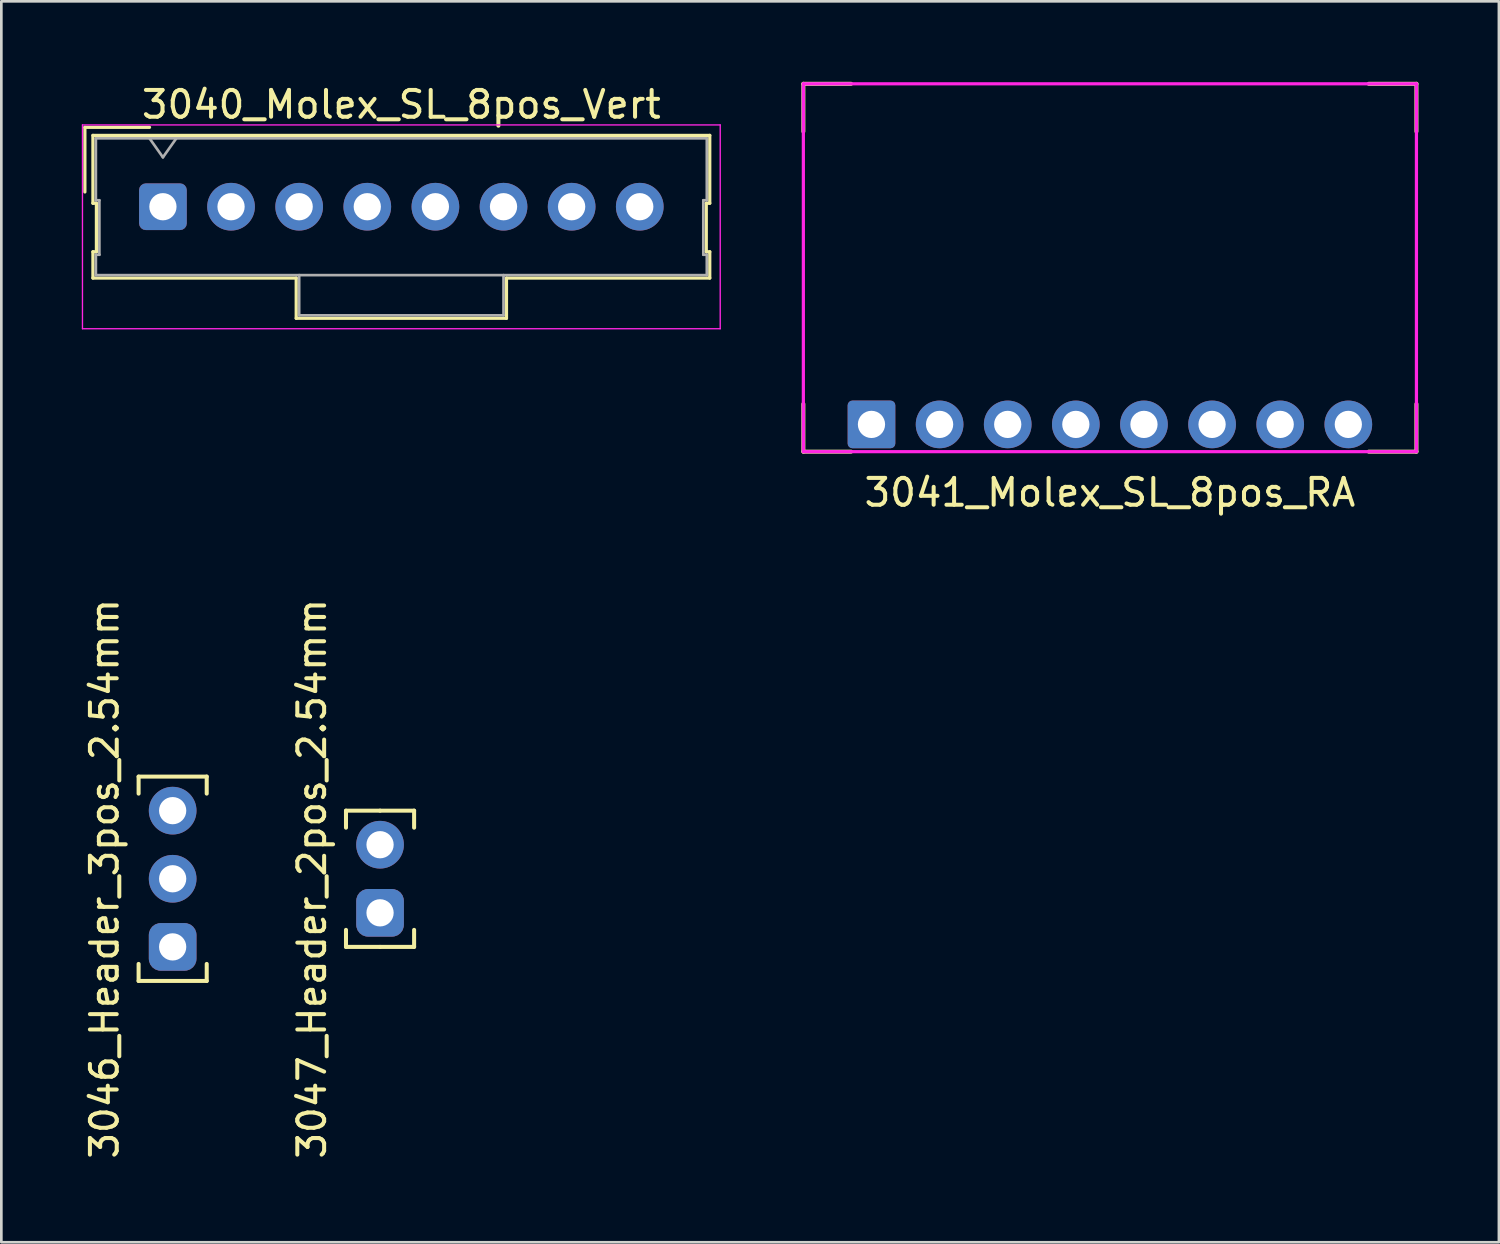
<source format=kicad_pcb>
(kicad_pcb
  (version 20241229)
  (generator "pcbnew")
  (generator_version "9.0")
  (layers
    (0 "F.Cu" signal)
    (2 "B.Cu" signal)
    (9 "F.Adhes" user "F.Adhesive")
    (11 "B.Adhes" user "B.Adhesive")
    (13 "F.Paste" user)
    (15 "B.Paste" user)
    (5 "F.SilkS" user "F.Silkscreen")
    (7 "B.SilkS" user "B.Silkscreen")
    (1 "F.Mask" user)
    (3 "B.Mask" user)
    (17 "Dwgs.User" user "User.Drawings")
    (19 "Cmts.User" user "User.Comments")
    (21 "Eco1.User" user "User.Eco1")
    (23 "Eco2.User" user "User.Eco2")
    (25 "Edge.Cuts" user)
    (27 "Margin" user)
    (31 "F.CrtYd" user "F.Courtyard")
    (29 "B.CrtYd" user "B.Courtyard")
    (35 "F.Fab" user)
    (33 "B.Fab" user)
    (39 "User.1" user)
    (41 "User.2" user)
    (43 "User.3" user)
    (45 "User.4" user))
  (footprint "3040_Molex_SL_8pos_Vert"
    (layer "F.Cu")
    (at 3.025 4.658)
    (property "Reference" "3040_Molex_SL_8pos_Vert" (at 8.89 -3.81 0) (layer "F.SilkS") (effects (font (size 1 1) (thickness 0.15))))
    (attr through_hole)
    (fp_line (start -2.91 -2.96) (end -0.5 -2.96) (stroke (width 0.12) (type solid)) (layer "F.SilkS"))
    (fp_line (start -2.91 -0.55) (end -2.91 -2.96) (stroke (width 0.12) (type solid)) (layer "F.SilkS"))
    (fp_line (start -2.61 -2.66) (end -2.61 -0.13) (stroke (width 0.12) (type solid)) (layer "F.SilkS"))
    (fp_line (start -2.61 -0.13) (end -2.48 -0.13) (stroke (width 0.12) (type solid)) (layer "F.SilkS"))
    (fp_line (start -2.61 1.68) (end -2.61 2.66) (stroke (width 0.12) (type solid)) (layer "F.SilkS"))
    (fp_line (start -2.61 2.66) (end 4.97 2.66) (stroke (width 0.12) (type solid)) (layer "F.SilkS"))
    (fp_line (start -2.48 -0.13) (end -2.48 1.68) (stroke (width 0.12) (type solid)) (layer "F.SilkS"))
    (fp_line (start -2.48 1.68) (end -2.61 1.68) (stroke (width 0.12) (type solid)) (layer "F.SilkS"))
    (fp_line (start 4.97 2.66) (end 4.97 4.16) (stroke (width 0.12) (type solid)) (layer "F.SilkS"))
    (fp_line (start 4.97 4.16) (end 12.81 4.16) (stroke (width 0.12) (type solid)) (layer "F.SilkS"))
    (fp_line (start 12.81 2.66) (end 20.39 2.66) (stroke (width 0.12) (type solid)) (layer "F.SilkS"))
    (fp_line (start 12.81 4.16) (end 12.81 2.66) (stroke (width 0.12) (type solid)) (layer "F.SilkS"))
    (fp_line (start 20.26 -0.13) (end 20.39 -0.13) (stroke (width 0.12) (type solid)) (layer "F.SilkS"))
    (fp_line (start 20.26 1.68) (end 20.26 -0.13) (stroke (width 0.12) (type solid)) (layer "F.SilkS"))
    (fp_line (start 20.39 -2.66) (end -2.61 -2.66) (stroke (width 0.12) (type solid)) (layer "F.SilkS"))
    (fp_line (start 20.39 -0.13) (end 20.39 -2.66) (stroke (width 0.12) (type solid)) (layer "F.SilkS"))
    (fp_line (start 20.39 1.68) (end 20.26 1.68) (stroke (width 0.12) (type solid)) (layer "F.SilkS"))
    (fp_line (start 20.39 2.66) (end 20.39 1.68) (stroke (width 0.12) (type solid)) (layer "F.SilkS"))
    (fp_line (start -3 -3.05) (end -3 4.55) (stroke (width 0.05) (type solid)) (layer "F.CrtYd"))
    (fp_line (start -3 4.55) (end 20.78 4.55) (stroke (width 0.05) (type solid)) (layer "F.CrtYd"))
    (fp_line (start 20.78 -3.05) (end -3 -3.05) (stroke (width 0.05) (type solid)) (layer "F.CrtYd"))
    (fp_line (start 20.78 4.55) (end 20.78 -3.05) (stroke (width 0.05) (type solid)) (layer "F.CrtYd"))
    (fp_line (start -2.5 -2.55) (end -2.5 -0.24) (stroke (width 0.1) (type solid)) (layer "F.Fab"))
    (fp_line (start -2.5 -0.24) (end -2.37 -0.24) (stroke (width 0.1) (type solid)) (layer "F.Fab"))
    (fp_line (start -2.5 1.79) (end -2.5 2.55) (stroke (width 0.1) (type solid)) (layer "F.Fab"))
    (fp_line (start -2.5 2.55) (end 20.28 2.55) (stroke (width 0.1) (type solid)) (layer "F.Fab"))
    (fp_line (start -2.37 -0.24) (end -2.37 1.79) (stroke (width 0.1) (type solid)) (layer "F.Fab"))
    (fp_line (start -2.37 1.79) (end -2.5 1.79) (stroke (width 0.1) (type solid)) (layer "F.Fab"))
    (fp_line (start 0 -1.843) (end -0.5 -2.55) (stroke (width 0.1) (type solid)) (layer "F.Fab"))
    (fp_line (start 0.5 -2.55) (end 0 -1.843) (stroke (width 0.1) (type solid)) (layer "F.Fab"))
    (fp_line (start 5.08 2.55) (end 5.08 4.05) (stroke (width 0.1) (type solid)) (layer "F.Fab"))
    (fp_line (start 5.08 4.05) (end 12.7 4.05) (stroke (width 0.1) (type solid)) (layer "F.Fab"))
    (fp_line (start 12.7 4.05) (end 12.7 2.55) (stroke (width 0.1) (type solid)) (layer "F.Fab"))
    (fp_line (start 20.15 -0.24) (end 20.28 -0.24) (stroke (width 0.1) (type solid)) (layer "F.Fab"))
    (fp_line (start 20.15 1.79) (end 20.15 -0.24) (stroke (width 0.1) (type solid)) (layer "F.Fab"))
    (fp_line (start 20.28 -2.55) (end -2.5 -2.55) (stroke (width 0.1) (type solid)) (layer "F.Fab"))
    (fp_line (start 20.28 -0.24) (end 20.28 -2.55) (stroke (width 0.1) (type solid)) (layer "F.Fab"))
    (fp_line (start 20.28 1.79) (end 20.15 1.79) (stroke (width 0.1) (type solid)) (layer "F.Fab"))
    (fp_line (start 20.28 2.55) (end 20.28 1.79) (stroke (width 0.1) (type solid)) (layer "F.Fab"))
    (pad "1" thru_hole roundrect (at 0 0) (size 1.778 1.74) (drill 1.016) (layers "*.Cu" "*.Mask") (roundrect_rratio 0.144))
    (pad "2" thru_hole circle (at 2.54 0) (size 1.778 1.778) (drill 1.016) (layers "*.Cu" "*.Mask"))
    (pad "3" thru_hole circle (at 5.08 0) (size 1.778 1.778) (drill 1.016) (layers "*.Cu" "*.Mask"))
    (pad "4" thru_hole circle (at 7.62 0) (size 1.778 1.778) (drill 1.016) (layers "*.Cu" "*.Mask"))
    (pad "5" thru_hole circle (at 10.16 0) (size 1.778 1.778) (drill 1.016) (layers "*.Cu" "*.Mask"))
    (pad "6" thru_hole circle (at 12.7 0) (size 1.778 1.778) (drill 1.016) (layers "*.Cu" "*.Mask"))
    (pad "7" thru_hole circle (at 15.24 0) (size 1.778 1.778) (drill 1.016) (layers "*.Cu" "*.Mask"))
    (pad "8" thru_hole circle (at 17.78 0) (size 1.778 1.778) (drill 1.016) (layers "*.Cu" "*.Mask")))
  (footprint "3046_Header_3pos_2.54mm"
    (layer "F.Cu")
    (at 3.388 29.717)
    (property "Reference" "3046_Header_3pos_2.54mm" (at -2.54 0 90) (layer "F.SilkS") (effects (font (size 1 1) (thickness 0.15))))
    (attr through_hole)
    (fp_line (start -1.27 -3.81) (end -1.27 -3.175) (stroke (width 0.15) (type solid)) (layer "F.SilkS"))
    (fp_line (start -1.27 3.81) (end -1.27 3.175) (stroke (width 0.15) (type solid)) (layer "F.SilkS"))
    (fp_line (start 1.27 -3.81) (end -1.27 -3.81) (stroke (width 0.15) (type solid)) (layer "F.SilkS"))
    (fp_line (start 1.27 -3.175) (end 1.27 -3.81) (stroke (width 0.15) (type solid)) (layer "F.SilkS"))
    (fp_line (start 1.27 3.175) (end 1.27 3.81) (stroke (width 0.15) (type solid)) (layer "F.SilkS"))
    (fp_line (start 1.27 3.81) (end -1.27 3.81) (stroke (width 0.15) (type solid)) (layer "F.SilkS"))
    (pad "1" thru_hole roundrect (at 0 2.54 180) (size 1.778 1.778) (drill 1.016) (layers "*.Cu" "*.Mask") (roundrect_rratio 0.25))
    (pad "2" thru_hole circle (at 0 0 180) (size 1.778 1.778) (drill 1.016) (layers "*.Cu" "*.Mask"))
    (pad "3" thru_hole circle (at 0 -2.54 180) (size 1.778 1.778) (drill 1.016) (layers "*.Cu" "*.Mask")))
  (footprint "3041_Molex_SL_8pos_RA"
    (layer "F.Cu")
    (at 38.335 12.775)
    (property "Reference" "3041_Molex_SL_8pos_RA" (at 0 2.54 0) (layer "F.SilkS") (effects (font (size 1 1) (thickness 0.15))))
    (attr through_hole)
    (fp_line (start -11.43 -12.7) (end -11.43 -10.922) (stroke (width 0.15) (type solid)) (layer "F.SilkS"))
    (fp_line (start -11.43 -12.7) (end -9.652 -12.7) (stroke (width 0.15) (type solid)) (layer "F.SilkS"))
    (fp_line (start -11.43 1.016) (end -11.43 -0.762) (stroke (width 0.15) (type solid)) (layer "F.SilkS"))
    (fp_line (start -11.43 1.016) (end -9.652 1.016) (stroke (width 0.15) (type solid)) (layer "F.SilkS"))
    (fp_line (start 11.43 -12.7) (end 9.652 -12.7) (stroke (width 0.15) (type solid)) (layer "F.SilkS"))
    (fp_line (start 11.43 -12.7) (end 11.43 -10.922) (stroke (width 0.15) (type solid)) (layer "F.SilkS"))
    (fp_line (start 11.43 1.016) (end 9.652 1.016) (stroke (width 0.15) (type solid)) (layer "F.SilkS"))
    (fp_line (start 11.43 1.016) (end 11.43 -0.762) (stroke (width 0.15) (type solid)) (layer "F.SilkS"))
    (fp_line (start -11.43 -12.7) (end 11.43 -12.7) (stroke (width 0.12) (type solid)) (layer "F.CrtYd"))
    (fp_line (start -11.43 1.016) (end -11.43 -12.7) (stroke (width 0.12) (type solid)) (layer "F.CrtYd"))
    (fp_line (start 11.43 -12.7) (end 11.43 1.016) (stroke (width 0.12) (type solid)) (layer "F.CrtYd"))
    (fp_line (start 11.43 1.016) (end -11.43 1.016) (stroke (width 0.12) (type solid)) (layer "F.CrtYd"))
    (pad "1" thru_hole roundrect (at -8.89 0) (size 1.778 1.778) (drill 1.016) (layers "*.Cu" "*.Mask") (roundrect_rratio 0.1))
    (pad "2" thru_hole circle (at -6.35 0) (size 1.778 1.778) (drill 1.016) (layers "*.Cu" "*.Mask"))
    (pad "3" thru_hole circle (at -3.81 0) (size 1.778 1.778) (drill 1.016) (layers "*.Cu" "*.Mask"))
    (pad "4" thru_hole circle (at -1.27 0) (size 1.778 1.778) (drill 1.016) (layers "*.Cu" "*.Mask"))
    (pad "5" thru_hole circle (at 1.27 0) (size 1.778 1.778) (drill 1.016) (layers "*.Cu" "*.Mask"))
    (pad "6" thru_hole circle (at 3.81 0) (size 1.778 1.778) (drill 1.016) (layers "*.Cu" "*.Mask"))
    (pad "7" thru_hole circle (at 6.35 0) (size 1.778 1.778) (drill 1.016) (layers "*.Cu" "*.Mask"))
    (pad "8" thru_hole circle (at 8.89 0) (size 1.778 1.778) (drill 1.016) (layers "*.Cu" "*.Mask")))
  (footprint "3047_Header_2pos_2.54mm"
    (layer "F.Cu")
    (at 11.121 29.717)
    (property "Reference" "3047_Header_2pos_2.54mm" (at -2.54 0 90) (layer "F.SilkS") (effects (font (size 1 1) (thickness 0.15))))
    (attr through_hole)
    (fp_line (start -1.27 -2.54) (end -1.27 -1.905) (stroke (width 0.15) (type solid)) (layer "F.SilkS"))
    (fp_line (start -1.27 2.54) (end -1.27 1.905) (stroke (width 0.15) (type solid)) (layer "F.SilkS"))
    (fp_line (start 0 -2.54) (end -1.27 -2.54) (stroke (width 0.15) (type solid)) (layer "F.SilkS"))
    (fp_line (start 0 -2.54) (end 1.27 -2.54) (stroke (width 0.15) (type solid)) (layer "F.SilkS"))
    (fp_line (start 0 2.54) (end -1.27 2.54) (stroke (width 0.15) (type solid)) (layer "F.SilkS"))
    (fp_line (start 0 2.54) (end 1.27 2.54) (stroke (width 0.15) (type solid)) (layer "F.SilkS"))
    (fp_line (start 1.27 -2.54) (end 1.27 -1.905) (stroke (width 0.15) (type solid)) (layer "F.SilkS"))
    (fp_line (start 1.27 2.54) (end 1.27 1.905) (stroke (width 0.15) (type solid)) (layer "F.SilkS"))
    (pad "1" thru_hole roundrect (at 0 1.27) (size 1.778 1.778) (drill 1.016) (layers "*.Cu" "*.Mask") (roundrect_rratio 0.25))
    (pad "2" thru_hole circle (at 0 -1.27) (size 1.778 1.778) (drill 1.016) (layers "*.Cu" "*.Mask")))
  (gr_rect
    (start -3 -3)
    (end 52.84 43.27)
    (stroke (width 0.1) (type default))
    (fill no)
    (layer "Edge.Cuts")))
</source>
